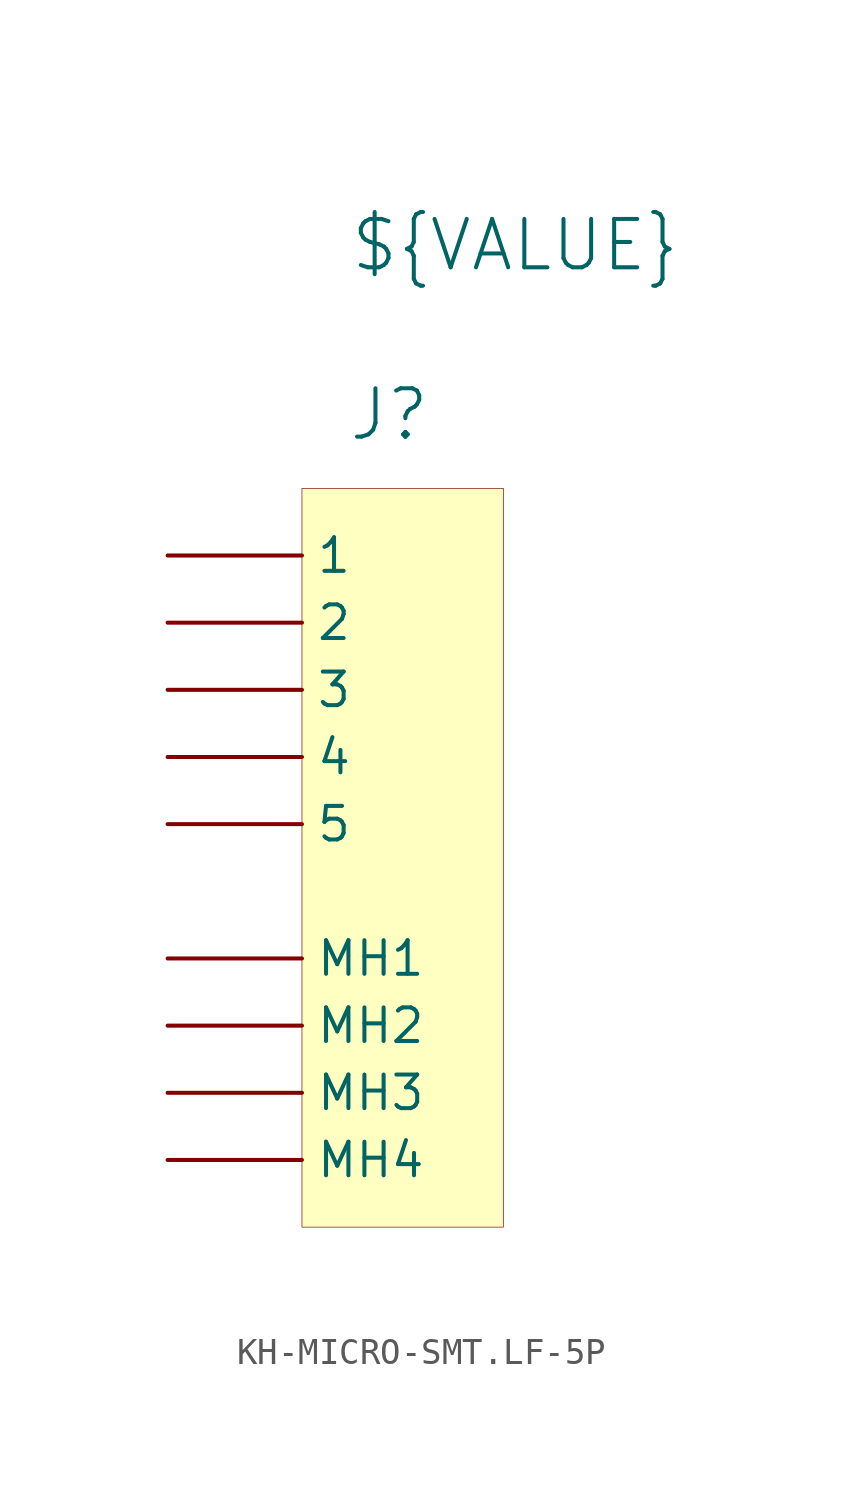
<source format=kicad_sym>
(kicad_symbol_lib
  (version 20241209)
  (generator "kicad_symbol_editor")
  (generator_version "9.0")
  (symbol "KH-MICRO-SMT.LF-5P"
    (pin_numbers
      (hide yes))
    (property "Reference" "J"
      (at 3.302 2.794 0)
      (effects (font (size 1.829 1.829))))
    (property "Value" "${VALUE}"
      (at 1.778 8.128 0)
      (effects (font (size 1.829 1.829)) (justify left bottom)))
    (symbol "KH-MICRO-SMT.LF-5P_1_0"
      (rectangle (start 7.62 0) (end 0 -27.94) (stroke (width 0.025) (type solid) (color 128 0 0 1)) (fill (type background)))
      (pin passive line (at -5.08 -2.54 0) (length 5.08) (name "1" (effects (font (size 1.27 1.27)))) (number "1" (effects (font (size 1.27 1.27)))))
      (pin passive line (at -5.08 -5.08 0) (length 5.08) (name "2" (effects (font (size 1.27 1.27)))) (number "2" (effects (font (size 1.27 1.27)))))
      (pin passive line (at -5.08 -7.62 0) (length 5.08) (name "3" (effects (font (size 1.27 1.27)))) (number "3" (effects (font (size 1.27 1.27)))))
      (pin passive line (at -5.08 -10.16 0) (length 5.08) (name "4" (effects (font (size 1.27 1.27)))) (number "4" (effects (font (size 1.27 1.27)))))
      (pin passive line (at -5.08 -12.7 0) (length 5.08) (name "5" (effects (font (size 1.27 1.27)))) (number "5" (effects (font (size 1.27 1.27)))))
      (pin passive line (at -5.08 -17.78 0) (length 5.08) (name "MH1" (effects (font (size 1.27 1.27)))) (number "MH1" (effects (font (size 1.27 1.27)))))
      (pin passive line (at -5.08 -20.32 0) (length 5.08) (name "MH2" (effects (font (size 1.27 1.27)))) (number "MH2" (effects (font (size 1.27 1.27)))))
      (pin passive line (at -5.08 -22.86 0) (length 5.08) (name "MH3" (effects (font (size 1.27 1.27)))) (number "MH3" (effects (font (size 1.27 1.27)))))
      (pin passive line (at -5.08 -25.4 0) (length 5.08) (name "MH4" (effects (font (size 1.27 1.27)))) (number "MH4" (effects (font (size 1.27 1.27))))))))
</source>
